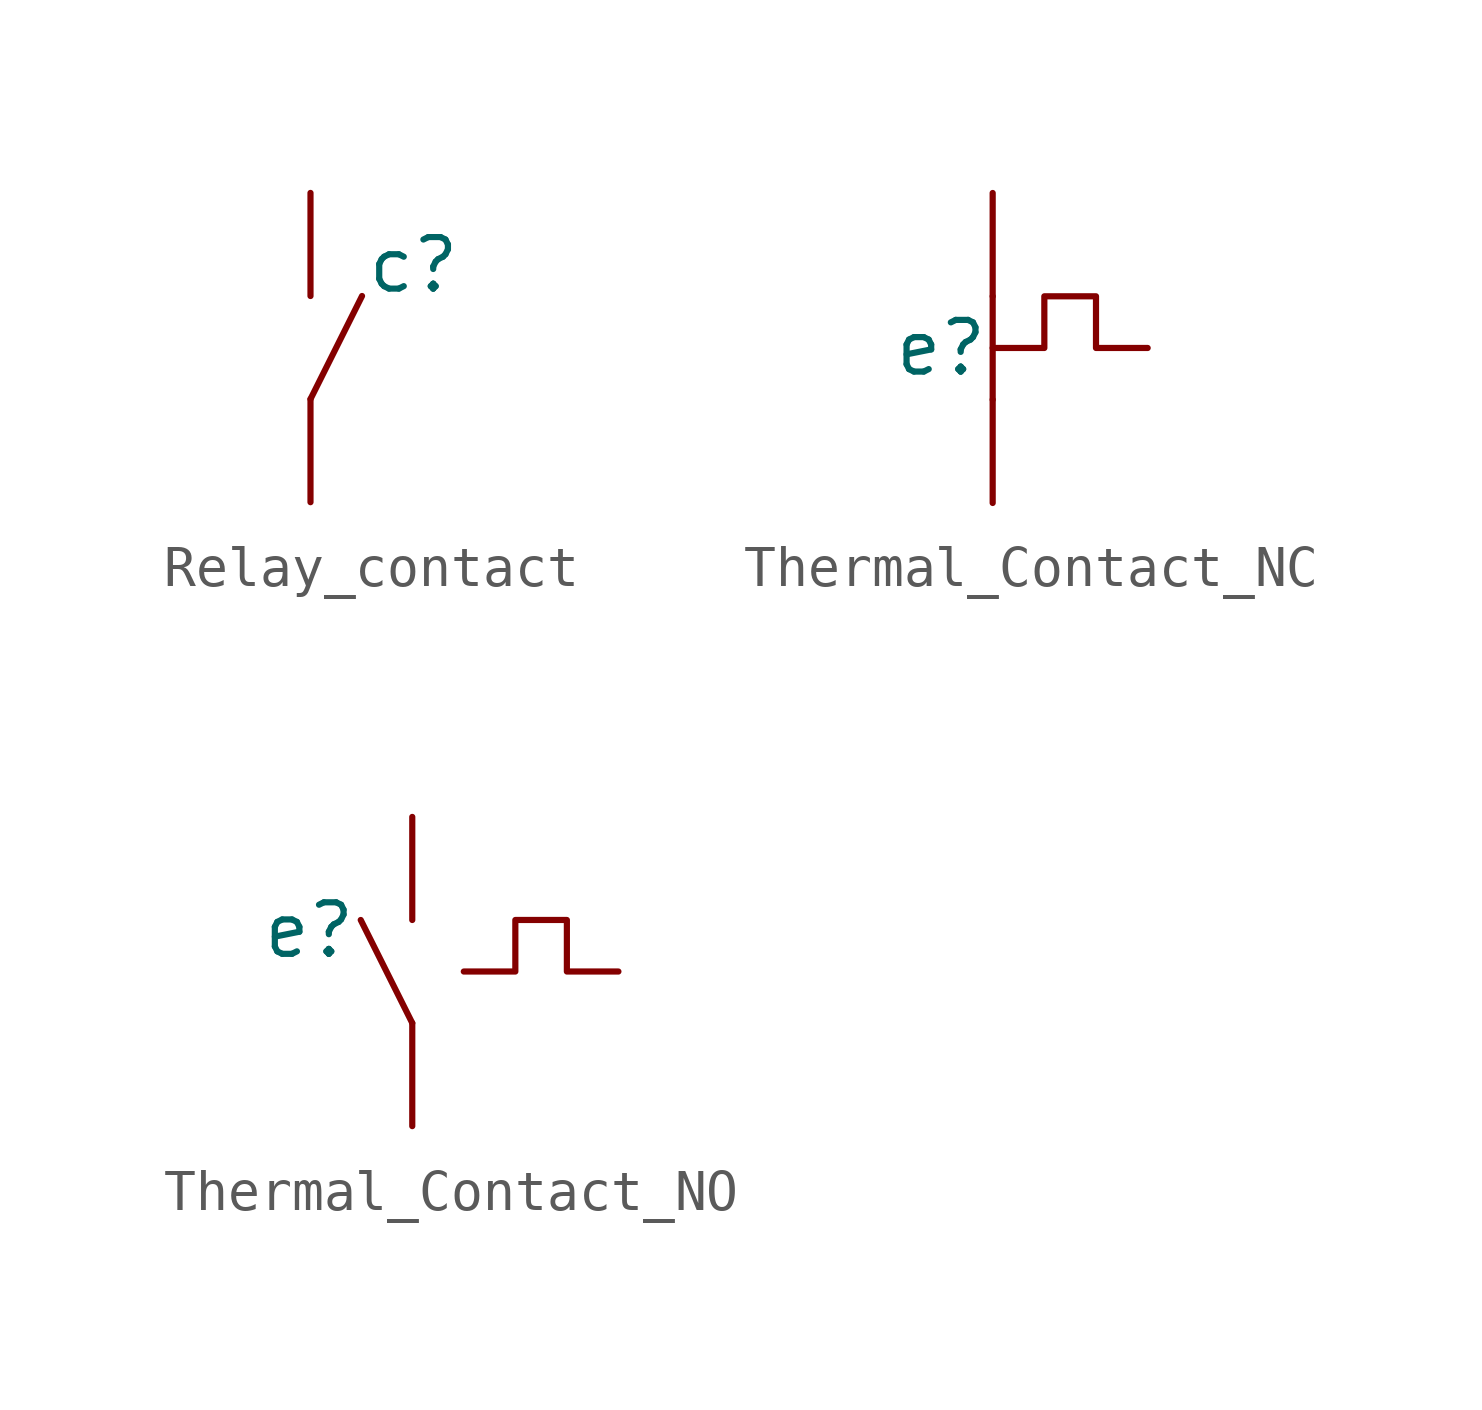
<source format=kicad_sym>
(kicad_symbol_lib
  (version 20241209)
  (generator "kicad_symbol_editor")
  (generator_version "9.0")
  (symbol "Relay_contact"
    (property "Reference" "c"
      (at 2.54 2.032 0)
      (effects (font (size 1.27 1.27))))
    (property "Value" ""
      (at 0 0 0)
      (effects (font (size 1.27 1.27))))
    (symbol "Relay_contact_0_1"
      (polyline (pts (xy 0 1.27) (xy 0 3.81) (xy 0 1.27)) (stroke (width 0) (type default)) (fill (type none)))
      (polyline (pts (xy 0 -1.27) (xy 0 -3.81)) (stroke (width 0) (type default)) (fill (type none)))
      (polyline (pts (xy 0 -1.27) (xy 1.27 1.27)) (stroke (width 0) (type default)) (fill (type none)))))
  (symbol "Thermal_Contact_NC"
    (property "Reference" "e"
      (at 0 0 0)
      (effects (font (size 1.27 1.27))))
    (property "Value" ""
      (at 0 0 0)
      (effects (font (size 1.27 1.27))))
    (symbol "Thermal_Contact_NC_0_1"
      (polyline (pts (xy 1.27 1.27) (xy 1.27 3.81) (xy 1.27 1.27)) (stroke (width 0) (type default)) (fill (type none)))
      (polyline (pts (xy 1.27 0) (xy 2.54 0) (xy 2.54 1.27) (xy 3.81 1.27) (xy 3.81 0) (xy 5.08 0)) (stroke (width 0) (type default)) (fill (type none)))
      (polyline (pts (xy 1.27 -1.27) (xy 1.27 1.27)) (stroke (width 0) (type default)) (fill (type none)))
      (polyline (pts (xy 1.27 -1.27) (xy 1.27 -3.81)) (stroke (width 0) (type default)) (fill (type none)))))
  (symbol "Thermal_Contact_NO"
    (property "Reference" "e"
      (at -1.27 1.016 0)
      (effects (font (size 1.27 1.27))))
    (property "Value" ""
      (at 0 0 0)
      (effects (font (size 1.27 1.27))))
    (symbol "Thermal_Contact_NO_0_1"
      (polyline (pts (xy 1.27 1.27) (xy 1.27 3.81) (xy 1.27 1.27)) (stroke (width 0) (type default)) (fill (type none)))
      (polyline (pts (xy 1.27 -1.27) (xy 0 1.27)) (stroke (width 0) (type default)) (fill (type none)))
      (polyline (pts (xy 1.27 -1.27) (xy 1.27 -3.81)) (stroke (width 0) (type default)) (fill (type none)))
      (polyline (pts (xy 2.54 0) (xy 3.81 0) (xy 3.81 1.27) (xy 5.08 1.27) (xy 5.08 0) (xy 6.35 0)) (stroke (width 0) (type default)) (fill (type none))))))
</source>
